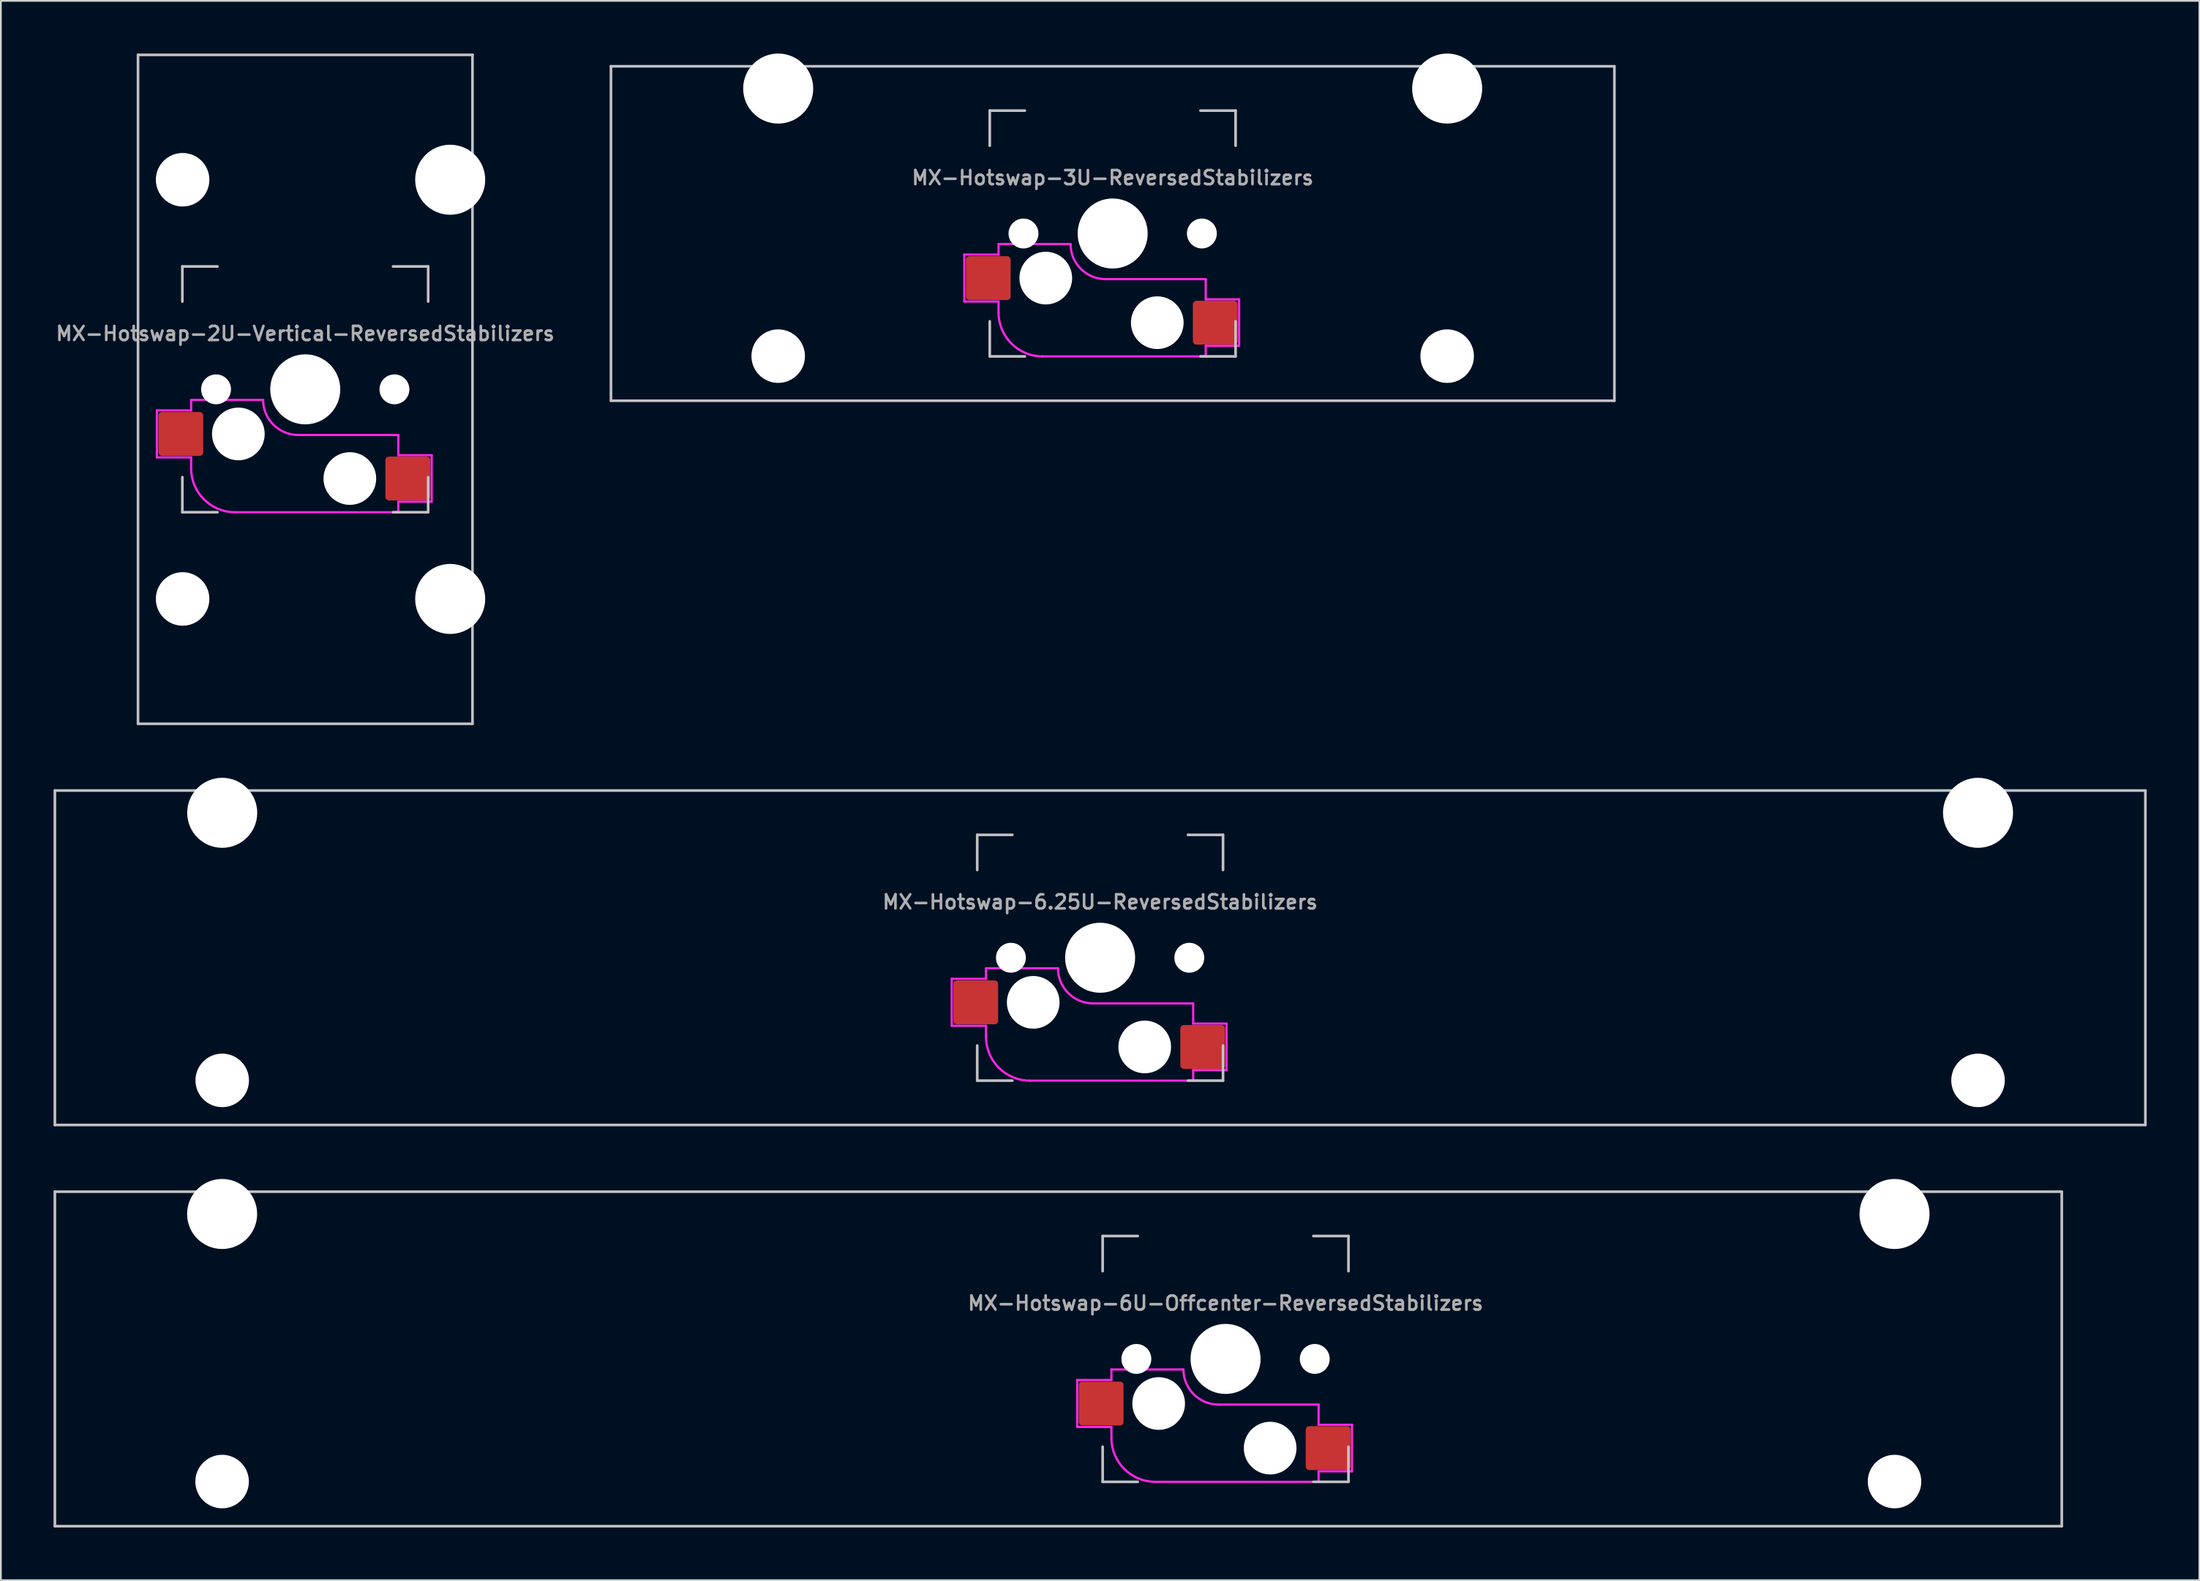
<source format=kicad_pcb>
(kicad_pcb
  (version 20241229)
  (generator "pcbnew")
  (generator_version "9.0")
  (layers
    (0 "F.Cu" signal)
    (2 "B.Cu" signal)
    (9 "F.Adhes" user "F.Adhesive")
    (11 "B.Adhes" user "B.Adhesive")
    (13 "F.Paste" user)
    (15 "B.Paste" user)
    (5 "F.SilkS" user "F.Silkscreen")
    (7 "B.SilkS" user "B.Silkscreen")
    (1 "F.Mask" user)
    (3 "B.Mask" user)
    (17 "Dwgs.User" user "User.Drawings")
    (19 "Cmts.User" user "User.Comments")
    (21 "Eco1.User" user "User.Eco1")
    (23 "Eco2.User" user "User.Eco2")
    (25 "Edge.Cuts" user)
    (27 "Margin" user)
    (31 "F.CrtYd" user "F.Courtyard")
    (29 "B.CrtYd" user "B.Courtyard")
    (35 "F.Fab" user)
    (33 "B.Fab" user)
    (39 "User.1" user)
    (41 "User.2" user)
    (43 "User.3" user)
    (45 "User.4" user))
  (footprint "MX-Hotswap-6U-Offcenter-ReversedStabilizers"
    (layer "F.Cu")
    (at 66.75 74.348)
    (property "Reference" "MX-Hotswap-6U-Offcenter-ReversedStabilizers" (at 0 -3.175 180) (layer "F.Fab") (effects (font (size 0.8 0.8) (thickness 0.15))))
    (attr smd)
    (fp_line (start -66.675 -9.525) (end 47.625 -9.525) (stroke (width 0.15) (type solid)) (layer "Dwgs.User"))
    (fp_line (start -66.675 9.525) (end -66.675 -9.525) (stroke (width 0.15) (type solid)) (layer "Dwgs.User"))
    (fp_line (start -66.675 9.525) (end 47.625 9.525) (stroke (width 0.15) (type solid)) (layer "Dwgs.User"))
    (fp_line (start -7 -7) (end -7 -5) (stroke (width 0.15) (type solid)) (layer "Dwgs.User"))
    (fp_line (start -7 5) (end -7 7) (stroke (width 0.15) (type solid)) (layer "Dwgs.User"))
    (fp_line (start -7 7) (end -5 7) (stroke (width 0.15) (type solid)) (layer "Dwgs.User"))
    (fp_line (start -5 -7) (end -7 -7) (stroke (width 0.15) (type solid)) (layer "Dwgs.User"))
    (fp_line (start 7 -7) (end 5 -7) (stroke (width 0.15) (type solid)) (layer "Dwgs.User"))
    (fp_line (start 7 -5) (end 7 -7) (stroke (width 0.15) (type solid)) (layer "Dwgs.User"))
    (fp_line (start 7 5) (end 7 7) (stroke (width 0.15) (type solid)) (layer "Dwgs.User"))
    (fp_line (start 7 7) (end 5 7) (stroke (width 0.15) (type solid)) (layer "Dwgs.User"))
    (fp_line (start 47.625 9.525) (end 47.625 -9.525) (stroke (width 0.15) (type solid)) (layer "Dwgs.User"))
    (fp_line (start -8.45 1.2) (end -8.45 3.875) (stroke (width 0.127) (type solid)) (layer "F.CrtYd"))
    (fp_line (start -8.45 3.875) (end -6.5 3.875) (stroke (width 0.127) (type solid)) (layer "F.CrtYd"))
    (fp_line (start -6.5 1.2) (end -8.45 1.2) (stroke (width 0.127) (type solid)) (layer "F.CrtYd"))
    (fp_line (start -6.5 1.2) (end -6.5 0.6) (stroke (width 0.127) (type solid)) (layer "F.CrtYd"))
    (fp_line (start -6.5 3.875) (end -6.5 4.5) (stroke (width 0.127) (type solid)) (layer "F.CrtYd"))
    (fp_line (start -4 7) (end 5.3 7) (stroke (width 0.127) (type solid)) (layer "F.CrtYd"))
    (fp_line (start -2.4 0.6) (end -6.5 0.6) (stroke (width 0.127) (type solid)) (layer "F.CrtYd"))
    (fp_line (start 5.3 2.6) (end -0.4 2.6) (stroke (width 0.127) (type solid)) (layer "F.CrtYd"))
    (fp_line (start 5.3 3.75) (end 5.3 2.6) (stroke (width 0.127) (type solid)) (layer "F.CrtYd"))
    (fp_line (start 5.3 3.75) (end 7.2 3.75) (stroke (width 0.127) (type solid)) (layer "F.CrtYd"))
    (fp_line (start 5.3 6.4) (end 5.3 7) (stroke (width 0.127) (type solid)) (layer "F.CrtYd"))
    (fp_line (start 7.2 3.75) (end 7.2 6.4) (stroke (width 0.127) (type solid)) (layer "F.CrtYd"))
    (fp_line (start 7.2 6.4) (end 5.3 6.4) (stroke (width 0.127) (type solid)) (layer "F.CrtYd"))
    (fp_arc (start -4 7) (mid -5.767767 6.267767) (end -6.5 4.5) (stroke (width 0.127) (type solid)) (layer "F.CrtYd"))
    (fp_arc (start -0.4 2.6) (mid -1.814214 2.014214) (end -2.4 0.6) (stroke (width 0.127) (type solid)) (layer "F.CrtYd"))
    (pad "" np_thru_hole circle (at -57.15 -8.255) (size 3.988 3.988) (drill 3.988) (layers "*.Cu" "*.Mask"))
    (pad "" np_thru_hole circle (at -57.15 6.985) (size 3.048 3.048) (drill 3.048) (layers "*.Cu" "*.Mask"))
    (pad "" np_thru_hole circle (at -5.08 0 131.901) (size 1.702 1.702) (drill 1.702) (layers "*.Cu" "*.Mask"))
    (pad "" np_thru_hole circle (at -3.81 2.54 180) (size 3 3) (drill 3) (layers "*.Cu" "*.Mask"))
    (pad "" np_thru_hole circle (at 0 0 180) (size 3.988 3.988) (drill 3.988) (layers "*.Cu" "*.Mask"))
    (pad "" np_thru_hole circle (at 2.54 5.08 180) (size 3 3) (drill 3) (layers "*.Cu" "*.Mask"))
    (pad "" np_thru_hole circle (at 5.08 0 131.901) (size 1.702 1.702) (drill 1.702) (layers "*.Cu" "*.Mask"))
    (pad "" np_thru_hole circle (at 38.1 -8.255) (size 3.988 3.988) (drill 3.988) (layers "*.Cu" "*.Mask"))
    (pad "" np_thru_hole circle (at 38.1 6.985) (size 3.048 3.048) (drill 3.048) (layers "*.Cu" "*.Mask"))
    (pad "1" smd roundrect (at -7.085 2.54 180) (size 2.55 2.5) (layers "F.Cu" "F.Mask" "F.Paste") (roundrect_rratio 0.08))
    (pad "2" smd roundrect (at 5.842 5.08 180) (size 2.55 2.5) (layers "F.Cu" "F.Mask" "F.Paste") (roundrect_rratio 0.08)))
  (footprint "MX-Hotswap-6.25U-ReversedStabilizers"
    (layer "F.Cu")
    (at 59.606 51.499)
    (property "Reference" "MX-Hotswap-6.25U-ReversedStabilizers" (at 0 -3.175 180) (layer "F.Fab") (effects (font (size 0.8 0.8) (thickness 0.15))))
    (attr smd)
    (fp_line (start -59.531 9.525) (end -59.531 -9.525) (stroke (width 0.15) (type solid)) (layer "Dwgs.User"))
    (fp_line (start -7 -7) (end -7 -5) (stroke (width 0.15) (type solid)) (layer "Dwgs.User"))
    (fp_line (start -7 5) (end -7 7) (stroke (width 0.15) (type solid)) (layer "Dwgs.User"))
    (fp_line (start -7 7) (end -5 7) (stroke (width 0.15) (type solid)) (layer "Dwgs.User"))
    (fp_line (start -5 -7) (end -7 -7) (stroke (width 0.15) (type solid)) (layer "Dwgs.User"))
    (fp_line (start 7 -7) (end 5 -7) (stroke (width 0.15) (type solid)) (layer "Dwgs.User"))
    (fp_line (start 7 -5) (end 7 -7) (stroke (width 0.15) (type solid)) (layer "Dwgs.User"))
    (fp_line (start 7 5) (end 7 7) (stroke (width 0.15) (type solid)) (layer "Dwgs.User"))
    (fp_line (start 7 7) (end 5 7) (stroke (width 0.15) (type solid)) (layer "Dwgs.User"))
    (fp_line (start 59.531 -9.525) (end -59.531 -9.525) (stroke (width 0.15) (type solid)) (layer "Dwgs.User"))
    (fp_line (start 59.531 9.525) (end -59.531 9.525) (stroke (width 0.15) (type solid)) (layer "Dwgs.User"))
    (fp_line (start 59.531 9.525) (end 59.531 -9.525) (stroke (width 0.15) (type solid)) (layer "Dwgs.User"))
    (fp_line (start -8.45 1.2) (end -8.45 3.875) (stroke (width 0.127) (type solid)) (layer "F.CrtYd"))
    (fp_line (start -8.45 3.875) (end -6.5 3.875) (stroke (width 0.127) (type solid)) (layer "F.CrtYd"))
    (fp_line (start -6.5 1.2) (end -8.45 1.2) (stroke (width 0.127) (type solid)) (layer "F.CrtYd"))
    (fp_line (start -6.5 1.2) (end -6.5 0.6) (stroke (width 0.127) (type solid)) (layer "F.CrtYd"))
    (fp_line (start -6.5 3.875) (end -6.5 4.5) (stroke (width 0.127) (type solid)) (layer "F.CrtYd"))
    (fp_line (start -4 7) (end 5.3 7) (stroke (width 0.127) (type solid)) (layer "F.CrtYd"))
    (fp_line (start -2.4 0.6) (end -6.5 0.6) (stroke (width 0.127) (type solid)) (layer "F.CrtYd"))
    (fp_line (start 5.3 2.6) (end -0.4 2.6) (stroke (width 0.127) (type solid)) (layer "F.CrtYd"))
    (fp_line (start 5.3 3.75) (end 5.3 2.6) (stroke (width 0.127) (type solid)) (layer "F.CrtYd"))
    (fp_line (start 5.3 3.75) (end 7.2 3.75) (stroke (width 0.127) (type solid)) (layer "F.CrtYd"))
    (fp_line (start 5.3 6.4) (end 5.3 7) (stroke (width 0.127) (type solid)) (layer "F.CrtYd"))
    (fp_line (start 7.2 3.75) (end 7.2 6.4) (stroke (width 0.127) (type solid)) (layer "F.CrtYd"))
    (fp_line (start 7.2 6.4) (end 5.3 6.4) (stroke (width 0.127) (type solid)) (layer "F.CrtYd"))
    (fp_arc (start -4 7) (mid -5.767767 6.267767) (end -6.5 4.5) (stroke (width 0.127) (type solid)) (layer "F.CrtYd"))
    (fp_arc (start -0.4 2.6) (mid -1.814214 2.014214) (end -2.4 0.6) (stroke (width 0.127) (type solid)) (layer "F.CrtYd"))
    (pad "" np_thru_hole circle (at -50 -8.255) (size 3.988 3.988) (drill 3.988) (layers "*.Cu" "*.Mask"))
    (pad "" np_thru_hole circle (at -50 6.985) (size 3.048 3.048) (drill 3.048) (layers "*.Cu" "*.Mask"))
    (pad "" np_thru_hole circle (at -5.08 0 131.901) (size 1.702 1.702) (drill 1.702) (layers "*.Cu" "*.Mask"))
    (pad "" np_thru_hole circle (at -3.81 2.54 180) (size 3 3) (drill 3) (layers "*.Cu" "*.Mask"))
    (pad "" np_thru_hole circle (at 0 0 180) (size 3.988 3.988) (drill 3.988) (layers "*.Cu" "*.Mask"))
    (pad "" np_thru_hole circle (at 2.54 5.08 180) (size 3 3) (drill 3) (layers "*.Cu" "*.Mask"))
    (pad "" np_thru_hole circle (at 5.08 0 131.901) (size 1.702 1.702) (drill 1.702) (layers "*.Cu" "*.Mask"))
    (pad "" np_thru_hole circle (at 50 -8.255) (size 3.988 3.988) (drill 3.988) (layers "*.Cu" "*.Mask"))
    (pad "" np_thru_hole circle (at 50 6.985) (size 3.048 3.048) (drill 3.048) (layers "*.Cu" "*.Mask"))
    (pad "1" smd roundrect (at -7.085 2.54 180) (size 2.55 2.5) (layers "F.Cu" "F.Mask" "F.Paste") (roundrect_rratio 0.08))
    (pad "2" smd roundrect (at 5.842 5.08 180) (size 2.55 2.5) (layers "F.Cu" "F.Mask" "F.Paste") (roundrect_rratio 0.08)))
  (footprint "MX-Hotswap-2U-Vertical-ReversedStabilizers"
    (layer "F.Cu")
    (at 14.335 19.125)
    (property "Reference" "MX-Hotswap-2U-Vertical-ReversedStabilizers" (at 0 -3.175 180) (layer "F.Fab") (effects (font (size 0.8 0.8) (thickness 0.15))))
    (attr smd)
    (fp_line (start -9.525 19.05) (end -9.525 -19.05) (stroke (width 0.15) (type solid)) (layer "Dwgs.User"))
    (fp_line (start -7 -7) (end -7 -5) (stroke (width 0.15) (type solid)) (layer "Dwgs.User"))
    (fp_line (start -7 5) (end -7 7) (stroke (width 0.15) (type solid)) (layer "Dwgs.User"))
    (fp_line (start -7 7) (end -5 7) (stroke (width 0.15) (type solid)) (layer "Dwgs.User"))
    (fp_line (start -5 -7) (end -7 -7) (stroke (width 0.15) (type solid)) (layer "Dwgs.User"))
    (fp_line (start 7 -7) (end 5 -7) (stroke (width 0.15) (type solid)) (layer "Dwgs.User"))
    (fp_line (start 7 -5) (end 7 -7) (stroke (width 0.15) (type solid)) (layer "Dwgs.User"))
    (fp_line (start 7 5) (end 7 7) (stroke (width 0.15) (type solid)) (layer "Dwgs.User"))
    (fp_line (start 7 7) (end 5 7) (stroke (width 0.15) (type solid)) (layer "Dwgs.User"))
    (fp_line (start 9.525 -19.05) (end -9.525 -19.05) (stroke (width 0.15) (type solid)) (layer "Dwgs.User"))
    (fp_line (start 9.525 19.05) (end -9.525 19.05) (stroke (width 0.15) (type solid)) (layer "Dwgs.User"))
    (fp_line (start 9.525 19.05) (end 9.525 -19.05) (stroke (width 0.15) (type solid)) (layer "Dwgs.User"))
    (fp_line (start -8.45 1.2) (end -8.45 3.875) (stroke (width 0.127) (type solid)) (layer "F.CrtYd"))
    (fp_line (start -8.45 3.875) (end -6.5 3.875) (stroke (width 0.127) (type solid)) (layer "F.CrtYd"))
    (fp_line (start -6.5 1.2) (end -8.45 1.2) (stroke (width 0.127) (type solid)) (layer "F.CrtYd"))
    (fp_line (start -6.5 1.2) (end -6.5 0.6) (stroke (width 0.127) (type solid)) (layer "F.CrtYd"))
    (fp_line (start -6.5 3.875) (end -6.5 4.5) (stroke (width 0.127) (type solid)) (layer "F.CrtYd"))
    (fp_line (start -4 7) (end 5.3 7) (stroke (width 0.127) (type solid)) (layer "F.CrtYd"))
    (fp_line (start -2.4 0.6) (end -6.5 0.6) (stroke (width 0.127) (type solid)) (layer "F.CrtYd"))
    (fp_line (start 5.3 2.6) (end -0.4 2.6) (stroke (width 0.127) (type solid)) (layer "F.CrtYd"))
    (fp_line (start 5.3 3.75) (end 5.3 2.6) (stroke (width 0.127) (type solid)) (layer "F.CrtYd"))
    (fp_line (start 5.3 3.75) (end 7.2 3.75) (stroke (width 0.127) (type solid)) (layer "F.CrtYd"))
    (fp_line (start 5.3 6.4) (end 5.3 7) (stroke (width 0.127) (type solid)) (layer "F.CrtYd"))
    (fp_line (start 7.2 3.75) (end 7.2 6.4) (stroke (width 0.127) (type solid)) (layer "F.CrtYd"))
    (fp_line (start 7.2 6.4) (end 5.3 6.4) (stroke (width 0.127) (type solid)) (layer "F.CrtYd"))
    (fp_arc (start -4 7) (mid -5.767767 6.267767) (end -6.5 4.5) (stroke (width 0.127) (type solid)) (layer "F.CrtYd"))
    (fp_arc (start -0.4 2.6) (mid -1.814214 2.014214) (end -2.4 0.6) (stroke (width 0.127) (type solid)) (layer "F.CrtYd"))
    (pad "" np_thru_hole circle (at -6.985 -11.938) (size 3.048 3.048) (drill 3.048) (layers "*.Cu" "*.Mask"))
    (pad "" np_thru_hole circle (at -6.985 11.938) (size 3.048 3.048) (drill 3.048) (layers "*.Cu" "*.Mask"))
    (pad "" np_thru_hole circle (at -5.08 0 131.901) (size 1.702 1.702) (drill 1.702) (layers "*.Cu" "*.Mask"))
    (pad "" np_thru_hole circle (at -3.81 2.54 180) (size 3 3) (drill 3) (layers "*.Cu" "*.Mask"))
    (pad "" np_thru_hole circle (at 0 0 180) (size 3.988 3.988) (drill 3.988) (layers "*.Cu" "*.Mask"))
    (pad "" np_thru_hole circle (at 2.54 5.08 180) (size 3 3) (drill 3) (layers "*.Cu" "*.Mask"))
    (pad "" np_thru_hole circle (at 5.08 0 131.901) (size 1.702 1.702) (drill 1.702) (layers "*.Cu" "*.Mask"))
    (pad "" np_thru_hole circle (at 8.255 -11.938) (size 3.988 3.988) (drill 3.988) (layers "*.Cu" "*.Mask"))
    (pad "" np_thru_hole circle (at 8.255 11.938) (size 3.988 3.988) (drill 3.988) (layers "*.Cu" "*.Mask"))
    (pad "1" smd roundrect (at -7.085 2.54 180) (size 2.55 2.5) (layers "F.Cu" "F.Mask" "F.Paste") (roundrect_rratio 0.08))
    (pad "2" smd roundrect (at 5.842 5.08 180) (size 2.55 2.5) (layers "F.Cu" "F.Mask" "F.Paste") (roundrect_rratio 0.08)))
  (footprint "MX-Hotswap-3U-ReversedStabilizers"
    (layer "F.Cu")
    (at 60.321 10.249)
    (property "Reference" "MX-Hotswap-3U-ReversedStabilizers" (at 0 -3.175 180) (layer "F.Fab") (effects (font (size 0.8 0.8) (thickness 0.15))))
    (attr smd)
    (fp_line (start -28.575 9.525) (end -28.575 -9.525) (stroke (width 0.15) (type solid)) (layer "Dwgs.User"))
    (fp_line (start -7 -7) (end -7 -5) (stroke (width 0.15) (type solid)) (layer "Dwgs.User"))
    (fp_line (start -7 5) (end -7 7) (stroke (width 0.15) (type solid)) (layer "Dwgs.User"))
    (fp_line (start -7 7) (end -5 7) (stroke (width 0.15) (type solid)) (layer "Dwgs.User"))
    (fp_line (start -5 -7) (end -7 -7) (stroke (width 0.15) (type solid)) (layer "Dwgs.User"))
    (fp_line (start 7 -7) (end 5 -7) (stroke (width 0.15) (type solid)) (layer "Dwgs.User"))
    (fp_line (start 7 -5) (end 7 -7) (stroke (width 0.15) (type solid)) (layer "Dwgs.User"))
    (fp_line (start 7 5) (end 7 7) (stroke (width 0.15) (type solid)) (layer "Dwgs.User"))
    (fp_line (start 7 7) (end 5 7) (stroke (width 0.15) (type solid)) (layer "Dwgs.User"))
    (fp_line (start 28.575 -9.525) (end -28.575 -9.525) (stroke (width 0.15) (type solid)) (layer "Dwgs.User"))
    (fp_line (start 28.575 9.525) (end -28.575 9.525) (stroke (width 0.15) (type solid)) (layer "Dwgs.User"))
    (fp_line (start 28.575 9.525) (end 28.575 -9.525) (stroke (width 0.15) (type solid)) (layer "Dwgs.User"))
    (fp_line (start -8.45 1.2) (end -8.45 3.875) (stroke (width 0.127) (type solid)) (layer "F.CrtYd"))
    (fp_line (start -8.45 3.875) (end -6.5 3.875) (stroke (width 0.127) (type solid)) (layer "F.CrtYd"))
    (fp_line (start -6.5 1.2) (end -8.45 1.2) (stroke (width 0.127) (type solid)) (layer "F.CrtYd"))
    (fp_line (start -6.5 1.2) (end -6.5 0.6) (stroke (width 0.127) (type solid)) (layer "F.CrtYd"))
    (fp_line (start -6.5 3.875) (end -6.5 4.5) (stroke (width 0.127) (type solid)) (layer "F.CrtYd"))
    (fp_line (start -4 7) (end 5.3 7) (stroke (width 0.127) (type solid)) (layer "F.CrtYd"))
    (fp_line (start -2.4 0.6) (end -6.5 0.6) (stroke (width 0.127) (type solid)) (layer "F.CrtYd"))
    (fp_line (start 5.3 2.6) (end -0.4 2.6) (stroke (width 0.127) (type solid)) (layer "F.CrtYd"))
    (fp_line (start 5.3 3.75) (end 5.3 2.6) (stroke (width 0.127) (type solid)) (layer "F.CrtYd"))
    (fp_line (start 5.3 3.75) (end 7.2 3.75) (stroke (width 0.127) (type solid)) (layer "F.CrtYd"))
    (fp_line (start 5.3 6.4) (end 5.3 7) (stroke (width 0.127) (type solid)) (layer "F.CrtYd"))
    (fp_line (start 7.2 3.75) (end 7.2 6.4) (stroke (width 0.127) (type solid)) (layer "F.CrtYd"))
    (fp_line (start 7.2 6.4) (end 5.3 6.4) (stroke (width 0.127) (type solid)) (layer "F.CrtYd"))
    (fp_arc (start -4 7) (mid -5.767767 6.267767) (end -6.5 4.5) (stroke (width 0.127) (type solid)) (layer "F.CrtYd"))
    (fp_arc (start -0.4 2.6) (mid -1.814214 2.014214) (end -2.4 0.6) (stroke (width 0.127) (type solid)) (layer "F.CrtYd"))
    (pad "" np_thru_hole circle (at -19.05 -8.255) (size 3.988 3.988) (drill 3.988) (layers "*.Cu" "*.Mask"))
    (pad "" np_thru_hole circle (at -19.05 6.985) (size 3.048 3.048) (drill 3.048) (layers "*.Cu" "*.Mask"))
    (pad "" np_thru_hole circle (at -5.08 0 131.901) (size 1.702 1.702) (drill 1.702) (layers "*.Cu" "*.Mask"))
    (pad "" np_thru_hole circle (at -3.81 2.54 180) (size 3 3) (drill 3) (layers "*.Cu" "*.Mask"))
    (pad "" np_thru_hole circle (at 0 0 180) (size 3.988 3.988) (drill 3.988) (layers "*.Cu" "*.Mask"))
    (pad "" np_thru_hole circle (at 2.54 5.08 180) (size 3 3) (drill 3) (layers "*.Cu" "*.Mask"))
    (pad "" np_thru_hole circle (at 5.08 0 131.901) (size 1.702 1.702) (drill 1.702) (layers "*.Cu" "*.Mask"))
    (pad "" np_thru_hole circle (at 19.05 -8.255) (size 3.988 3.988) (drill 3.988) (layers "*.Cu" "*.Mask"))
    (pad "" np_thru_hole circle (at 19.05 6.985) (size 3.048 3.048) (drill 3.048) (layers "*.Cu" "*.Mask"))
    (pad "1" smd roundrect (at -7.085 2.54 180) (size 2.55 2.5) (layers "F.Cu" "F.Mask" "F.Paste") (roundrect_rratio 0.08))
    (pad "2" smd roundrect (at 5.842 5.08 180) (size 2.55 2.5) (layers "F.Cu" "F.Mask" "F.Paste") (roundrect_rratio 0.08)))
  (gr_rect
    (start -3 -3)
    (end 122.213 86.948)
    (stroke (width 0.1) (type default))
    (fill no)
    (layer "Edge.Cuts")))
</source>
